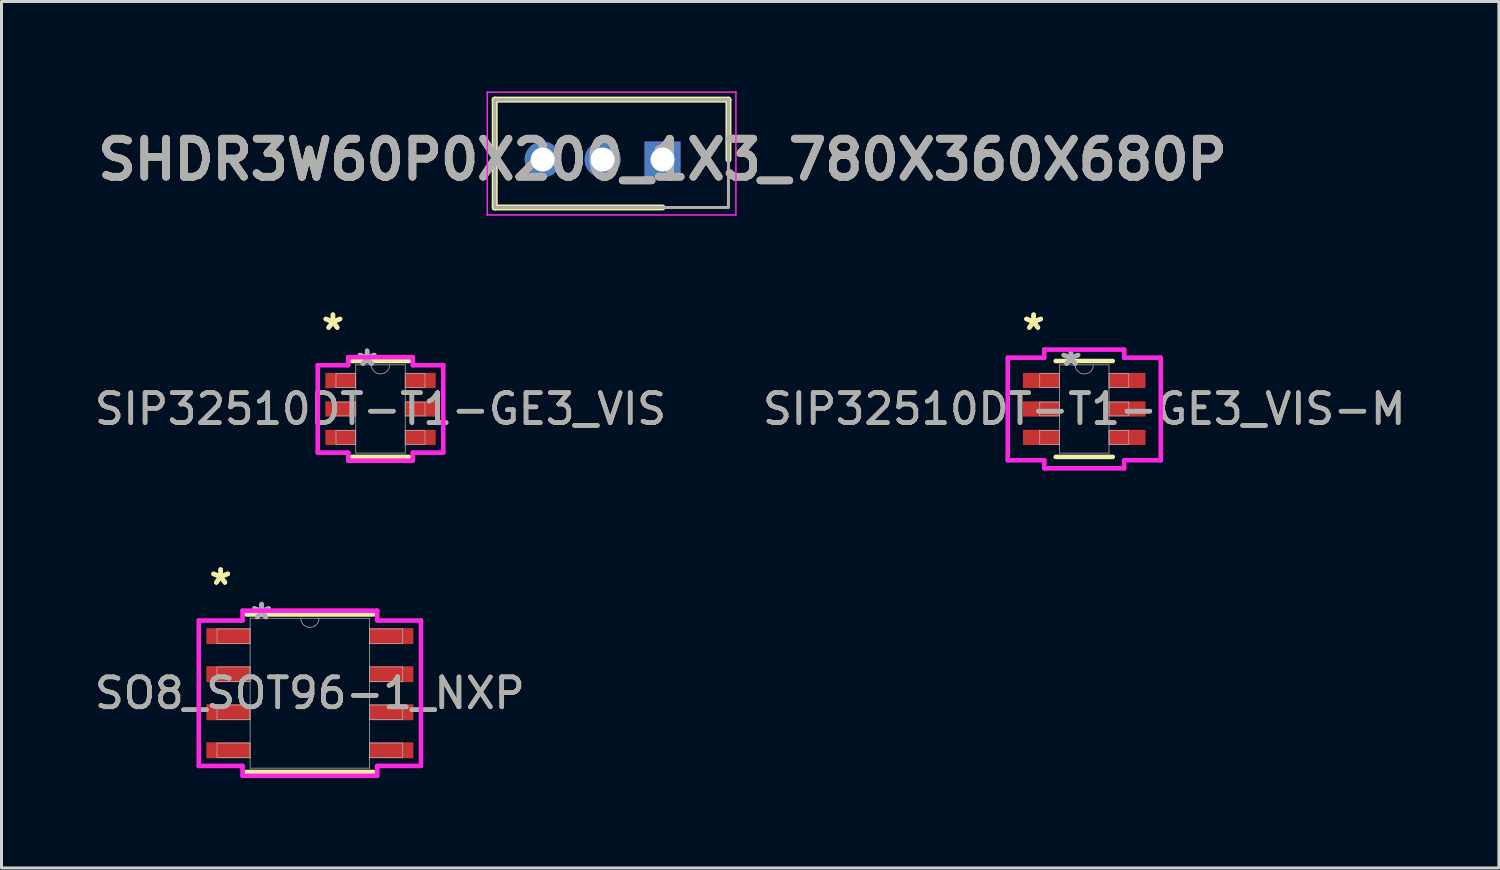
<source format=kicad_pcb>
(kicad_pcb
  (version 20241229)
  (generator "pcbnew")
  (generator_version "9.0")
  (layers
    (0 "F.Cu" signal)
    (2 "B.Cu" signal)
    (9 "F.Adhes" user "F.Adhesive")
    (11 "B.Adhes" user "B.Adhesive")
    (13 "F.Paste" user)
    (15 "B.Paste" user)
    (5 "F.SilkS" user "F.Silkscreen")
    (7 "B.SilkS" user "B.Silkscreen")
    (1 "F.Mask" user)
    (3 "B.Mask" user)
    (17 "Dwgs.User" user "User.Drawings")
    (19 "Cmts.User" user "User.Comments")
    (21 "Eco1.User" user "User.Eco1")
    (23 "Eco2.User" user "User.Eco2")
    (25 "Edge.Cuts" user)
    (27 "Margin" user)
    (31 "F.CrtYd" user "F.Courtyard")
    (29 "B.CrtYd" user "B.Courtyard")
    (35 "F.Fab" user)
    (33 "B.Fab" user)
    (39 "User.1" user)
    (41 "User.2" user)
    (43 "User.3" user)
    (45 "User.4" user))
  (footprint "SHDR3W60P0X200_1X3_780X360X680P"
    (layer "F.Cu")
    (at 19.062 2.275)
    (property "Reference" "SHDR3W60P0X200_1X3_780X360X680P" (at 0 0 0) (layer "F.SilkS") (effects (font (size 1.27 1.27) (thickness 0.254))))
    (attr through_hole)
    (fp_line (start -5.6 -2) (end 2.2 -2) (stroke (width 0.2) (type solid)) (layer "F.SilkS"))
    (fp_line (start -5.6 1.6) (end -5.6 -2) (stroke (width 0.2) (type solid)) (layer "F.SilkS"))
    (fp_line (start 0 1.6) (end -5.6 1.6) (stroke (width 0.2) (type solid)) (layer "F.SilkS"))
    (fp_line (start 2.2 -2) (end 2.2 0) (stroke (width 0.2) (type solid)) (layer "F.SilkS"))
    (fp_line (start -5.85 -2.25) (end 2.45 -2.25) (stroke (width 0.05) (type solid)) (layer "F.CrtYd"))
    (fp_line (start -5.85 1.85) (end -5.85 -2.25) (stroke (width 0.05) (type solid)) (layer "F.CrtYd"))
    (fp_line (start 2.45 -2.25) (end 2.45 1.85) (stroke (width 0.05) (type solid)) (layer "F.CrtYd"))
    (fp_line (start 2.45 1.85) (end -5.85 1.85) (stroke (width 0.05) (type solid)) (layer "F.CrtYd"))
    (fp_line (start -5.6 -2) (end 2.2 -2) (stroke (width 0.1) (type solid)) (layer "F.Fab"))
    (fp_line (start -5.6 1.6) (end -5.6 -2) (stroke (width 0.1) (type solid)) (layer "F.Fab"))
    (fp_line (start 2.2 -2) (end 2.2 1.6) (stroke (width 0.1) (type solid)) (layer "F.Fab"))
    (fp_line (start 2.2 1.6) (end -5.6 1.6) (stroke (width 0.1) (type solid)) (layer "F.Fab"))
    (fp_text user "${REFERENCE}" (at 0 0 0) (layer "F.Fab") (effects (font (size 1.27 1.27) (thickness 0.254))))
    (pad "1" thru_hole rect (at 0 0) (size 1.2 1.2) (drill 0.8) (layers "*.Cu" "*.Mask"))
    (pad "2" thru_hole circle (at -2 0) (size 1.2 1.2) (drill 0.8) (layers "*.Cu" "*.Mask"))
    (pad "3" thru_hole circle (at -4 0) (size 1.2 1.2) (drill 0.8) (layers "*.Cu" "*.Mask")))
  (footprint "SIP32510DT-T1-GE3_VIS"
    (layer "F.Cu")
    (at 9.649 10.599)
    (property "Reference" "SIP32510DT-T1-GE3_VIS" (at 0 0 0) (unlocked yes) (layer "F.SilkS") (effects (font (size 1 1) (thickness 0.15))))
    (attr smd)
    (fp_line (start -0.953 1.6) (end 0.953 1.6) (stroke (width 0.152) (type solid)) (layer "F.SilkS"))
    (fp_line (start 0.953 -1.6) (end -0.953 -1.6) (stroke (width 0.152) (type solid)) (layer "F.SilkS"))
    (fp_line (start -2.095 -1.458) (end -1.079 -1.458) (stroke (width 0.152) (type solid)) (layer "F.CrtYd"))
    (fp_line (start -2.095 1.458) (end -2.095 -1.458) (stroke (width 0.152) (type solid)) (layer "F.CrtYd"))
    (fp_line (start -2.095 1.458) (end -1.079 1.458) (stroke (width 0.152) (type solid)) (layer "F.CrtYd"))
    (fp_line (start -1.079 -1.727) (end 1.079 -1.727) (stroke (width 0.152) (type solid)) (layer "F.CrtYd"))
    (fp_line (start -1.079 -1.458) (end -1.079 -1.727) (stroke (width 0.152) (type solid)) (layer "F.CrtYd"))
    (fp_line (start -1.079 1.727) (end -1.079 1.458) (stroke (width 0.152) (type solid)) (layer "F.CrtYd"))
    (fp_line (start 1.079 -1.727) (end 1.079 -1.458) (stroke (width 0.152) (type solid)) (layer "F.CrtYd"))
    (fp_line (start 1.079 1.458) (end 1.079 1.727) (stroke (width 0.152) (type solid)) (layer "F.CrtYd"))
    (fp_line (start 1.079 1.727) (end -1.079 1.727) (stroke (width 0.152) (type solid)) (layer "F.CrtYd"))
    (fp_line (start 2.095 -1.458) (end 1.079 -1.458) (stroke (width 0.152) (type solid)) (layer "F.CrtYd"))
    (fp_line (start 2.095 -1.458) (end 2.095 1.458) (stroke (width 0.152) (type solid)) (layer "F.CrtYd"))
    (fp_line (start 2.095 1.458) (end 1.079 1.458) (stroke (width 0.152) (type solid)) (layer "F.CrtYd"))
    (fp_line (start -1.486 -1.179) (end -1.486 -0.721) (stroke (width 0.025) (type solid)) (layer "F.Fab"))
    (fp_line (start -1.486 -0.721) (end -0.826 -0.721) (stroke (width 0.025) (type solid)) (layer "F.Fab"))
    (fp_line (start -1.486 -0.229) (end -1.486 0.229) (stroke (width 0.025) (type solid)) (layer "F.Fab"))
    (fp_line (start -1.486 0.229) (end -0.826 0.229) (stroke (width 0.025) (type solid)) (layer "F.Fab"))
    (fp_line (start -1.486 0.721) (end -1.486 1.179) (stroke (width 0.025) (type solid)) (layer "F.Fab"))
    (fp_line (start -1.486 1.179) (end -0.826 1.179) (stroke (width 0.025) (type solid)) (layer "F.Fab"))
    (fp_line (start -0.826 -1.473) (end -0.826 1.473) (stroke (width 0.025) (type solid)) (layer "F.Fab"))
    (fp_line (start -0.826 -1.179) (end -1.486 -1.179) (stroke (width 0.025) (type solid)) (layer "F.Fab"))
    (fp_line (start -0.826 -0.721) (end -0.826 -1.179) (stroke (width 0.025) (type solid)) (layer "F.Fab"))
    (fp_line (start -0.826 -0.229) (end -1.486 -0.229) (stroke (width 0.025) (type solid)) (layer "F.Fab"))
    (fp_line (start -0.826 0.229) (end -0.826 -0.229) (stroke (width 0.025) (type solid)) (layer "F.Fab"))
    (fp_line (start -0.826 0.721) (end -1.486 0.721) (stroke (width 0.025) (type solid)) (layer "F.Fab"))
    (fp_line (start -0.826 1.179) (end -0.826 0.721) (stroke (width 0.025) (type solid)) (layer "F.Fab"))
    (fp_line (start -0.826 1.473) (end 0.826 1.473) (stroke (width 0.025) (type solid)) (layer "F.Fab"))
    (fp_line (start 0.826 -1.473) (end -0.826 -1.473) (stroke (width 0.025) (type solid)) (layer "F.Fab"))
    (fp_line (start 0.826 -1.179) (end 0.826 -0.721) (stroke (width 0.025) (type solid)) (layer "F.Fab"))
    (fp_line (start 0.826 -0.721) (end 1.486 -0.721) (stroke (width 0.025) (type solid)) (layer "F.Fab"))
    (fp_line (start 0.826 -0.229) (end 0.826 0.229) (stroke (width 0.025) (type solid)) (layer "F.Fab"))
    (fp_line (start 0.826 0.229) (end 1.486 0.229) (stroke (width 0.025) (type solid)) (layer "F.Fab"))
    (fp_line (start 0.826 0.721) (end 0.826 1.179) (stroke (width 0.025) (type solid)) (layer "F.Fab"))
    (fp_line (start 0.826 1.179) (end 1.486 1.179) (stroke (width 0.025) (type solid)) (layer "F.Fab"))
    (fp_line (start 0.826 1.473) (end 0.826 -1.473) (stroke (width 0.025) (type solid)) (layer "F.Fab"))
    (fp_line (start 1.486 -1.179) (end 0.826 -1.179) (stroke (width 0.025) (type solid)) (layer "F.Fab"))
    (fp_line (start 1.486 -0.721) (end 1.486 -1.179) (stroke (width 0.025) (type solid)) (layer "F.Fab"))
    (fp_line (start 1.486 -0.229) (end 0.826 -0.229) (stroke (width 0.025) (type solid)) (layer "F.Fab"))
    (fp_line (start 1.486 0.229) (end 1.486 -0.229) (stroke (width 0.025) (type solid)) (layer "F.Fab"))
    (fp_line (start 1.486 0.721) (end 0.826 0.721) (stroke (width 0.025) (type solid)) (layer "F.Fab"))
    (fp_line (start 1.486 1.179) (end 1.486 0.721) (stroke (width 0.025) (type solid)) (layer "F.Fab"))
    (fp_arc (start 0.3048 -1.4732) (mid 0 -1.1684) (end -0.3048 -1.4732) (stroke (width 0.0254) (type solid)) (layer "F.Fab"))
    (fp_text user "*" (at -1.587 -2.601 0) (layer "F.SilkS") (effects (font (size 1 1) (thickness 0.15))))
    (fp_text user "*" (at -1.587 -2.601 0) (unlocked yes) (layer "F.SilkS") (effects (font (size 1 1) (thickness 0.15))))
    (fp_text user "${REFERENCE}" (at 0 0 0) (unlocked yes) (layer "F.Fab") (effects (font (size 1 1) (thickness 0.15))))
    (fp_text user "*" (at -0.445 -1.397 0) (unlocked yes) (layer "F.Fab") (effects (font (size 1 1) (thickness 0.15))))
    (fp_text user "*" (at -0.445 -1.397 0) (layer "F.Fab") (effects (font (size 1 1) (thickness 0.15))))
    (pad "1" smd rect (at -1.333 -0.95) (size 1.016 0.508) (layers "F.Cu" "F.Mask" "F.Paste"))
    (pad "2" smd rect (at -1.333 0) (size 1.016 0.508) (layers "F.Cu" "F.Mask" "F.Paste"))
    (pad "3" smd rect (at -1.333 0.95) (size 1.016 0.508) (layers "F.Cu" "F.Mask" "F.Paste"))
    (pad "4" smd rect (at 1.333 0.95) (size 1.016 0.508) (layers "F.Cu" "F.Mask" "F.Paste"))
    (pad "5" smd rect (at 1.333 0) (size 1.016 0.508) (layers "F.Cu" "F.Mask" "F.Paste"))
    (pad "6" smd rect (at 1.333 -0.95) (size 1.016 0.508) (layers "F.Cu" "F.Mask" "F.Paste")))
  (footprint "SIP32510DT-T1-GE3_VIS-M"
    (layer "F.Cu")
    (at 33.137 10.599)
    (property "Reference" "SIP32510DT-T1-GE3_VIS-M" (at 0 0 0) (unlocked yes) (layer "F.SilkS") (effects (font (size 1 1) (thickness 0.15))))
    (attr smd)
    (fp_line (start -0.953 1.6) (end 0.953 1.6) (stroke (width 0.152) (type solid)) (layer "F.SilkS"))
    (fp_line (start 0.953 -1.6) (end -0.953 -1.6) (stroke (width 0.152) (type solid)) (layer "F.SilkS"))
    (fp_line (start -2.553 -1.712) (end -1.333 -1.712) (stroke (width 0.152) (type solid)) (layer "F.CrtYd"))
    (fp_line (start -2.553 1.712) (end -2.553 -1.712) (stroke (width 0.152) (type solid)) (layer "F.CrtYd"))
    (fp_line (start -2.553 1.712) (end -1.333 1.712) (stroke (width 0.152) (type solid)) (layer "F.CrtYd"))
    (fp_line (start -1.333 -1.981) (end 1.333 -1.981) (stroke (width 0.152) (type solid)) (layer "F.CrtYd"))
    (fp_line (start -1.333 -1.712) (end -1.333 -1.981) (stroke (width 0.152) (type solid)) (layer "F.CrtYd"))
    (fp_line (start -1.333 1.981) (end -1.333 1.712) (stroke (width 0.152) (type solid)) (layer "F.CrtYd"))
    (fp_line (start 1.333 -1.981) (end 1.333 -1.712) (stroke (width 0.152) (type solid)) (layer "F.CrtYd"))
    (fp_line (start 1.333 1.712) (end 1.333 1.981) (stroke (width 0.152) (type solid)) (layer "F.CrtYd"))
    (fp_line (start 1.333 1.981) (end -1.333 1.981) (stroke (width 0.152) (type solid)) (layer "F.CrtYd"))
    (fp_line (start 2.553 -1.712) (end 1.333 -1.712) (stroke (width 0.152) (type solid)) (layer "F.CrtYd"))
    (fp_line (start 2.553 -1.712) (end 2.553 1.712) (stroke (width 0.152) (type solid)) (layer "F.CrtYd"))
    (fp_line (start 2.553 1.712) (end 1.333 1.712) (stroke (width 0.152) (type solid)) (layer "F.CrtYd"))
    (fp_line (start -1.486 -1.179) (end -1.486 -0.721) (stroke (width 0.025) (type solid)) (layer "F.Fab"))
    (fp_line (start -1.486 -0.721) (end -0.826 -0.721) (stroke (width 0.025) (type solid)) (layer "F.Fab"))
    (fp_line (start -1.486 -0.229) (end -1.486 0.229) (stroke (width 0.025) (type solid)) (layer "F.Fab"))
    (fp_line (start -1.486 0.229) (end -0.826 0.229) (stroke (width 0.025) (type solid)) (layer "F.Fab"))
    (fp_line (start -1.486 0.721) (end -1.486 1.179) (stroke (width 0.025) (type solid)) (layer "F.Fab"))
    (fp_line (start -1.486 1.179) (end -0.826 1.179) (stroke (width 0.025) (type solid)) (layer "F.Fab"))
    (fp_line (start -0.826 -1.473) (end -0.826 1.473) (stroke (width 0.025) (type solid)) (layer "F.Fab"))
    (fp_line (start -0.826 -1.179) (end -1.486 -1.179) (stroke (width 0.025) (type solid)) (layer "F.Fab"))
    (fp_line (start -0.826 -0.721) (end -0.826 -1.179) (stroke (width 0.025) (type solid)) (layer "F.Fab"))
    (fp_line (start -0.826 -0.229) (end -1.486 -0.229) (stroke (width 0.025) (type solid)) (layer "F.Fab"))
    (fp_line (start -0.826 0.229) (end -0.826 -0.229) (stroke (width 0.025) (type solid)) (layer "F.Fab"))
    (fp_line (start -0.826 0.721) (end -1.486 0.721) (stroke (width 0.025) (type solid)) (layer "F.Fab"))
    (fp_line (start -0.826 1.179) (end -0.826 0.721) (stroke (width 0.025) (type solid)) (layer "F.Fab"))
    (fp_line (start -0.826 1.473) (end 0.826 1.473) (stroke (width 0.025) (type solid)) (layer "F.Fab"))
    (fp_line (start 0.826 -1.473) (end -0.826 -1.473) (stroke (width 0.025) (type solid)) (layer "F.Fab"))
    (fp_line (start 0.826 -1.179) (end 0.826 -0.721) (stroke (width 0.025) (type solid)) (layer "F.Fab"))
    (fp_line (start 0.826 -0.721) (end 1.486 -0.721) (stroke (width 0.025) (type solid)) (layer "F.Fab"))
    (fp_line (start 0.826 -0.229) (end 0.826 0.229) (stroke (width 0.025) (type solid)) (layer "F.Fab"))
    (fp_line (start 0.826 0.229) (end 1.486 0.229) (stroke (width 0.025) (type solid)) (layer "F.Fab"))
    (fp_line (start 0.826 0.721) (end 0.826 1.179) (stroke (width 0.025) (type solid)) (layer "F.Fab"))
    (fp_line (start 0.826 1.179) (end 1.486 1.179) (stroke (width 0.025) (type solid)) (layer "F.Fab"))
    (fp_line (start 0.826 1.473) (end 0.826 -1.473) (stroke (width 0.025) (type solid)) (layer "F.Fab"))
    (fp_line (start 1.486 -1.179) (end 0.826 -1.179) (stroke (width 0.025) (type solid)) (layer "F.Fab"))
    (fp_line (start 1.486 -0.721) (end 1.486 -1.179) (stroke (width 0.025) (type solid)) (layer "F.Fab"))
    (fp_line (start 1.486 -0.229) (end 0.826 -0.229) (stroke (width 0.025) (type solid)) (layer "F.Fab"))
    (fp_line (start 1.486 0.229) (end 1.486 -0.229) (stroke (width 0.025) (type solid)) (layer "F.Fab"))
    (fp_line (start 1.486 0.721) (end 0.826 0.721) (stroke (width 0.025) (type solid)) (layer "F.Fab"))
    (fp_line (start 1.486 1.179) (end 1.486 0.721) (stroke (width 0.025) (type solid)) (layer "F.Fab"))
    (fp_arc (start 0.3048 -1.4732) (mid 0 -1.1684) (end -0.3048 -1.4732) (stroke (width 0.0254) (type solid)) (layer "F.Fab"))
    (fp_text user "*" (at -1.689 -2.601 0) (layer "F.SilkS") (effects (font (size 1 1) (thickness 0.15))))
    (fp_text user "*" (at -1.689 -2.601 0) (unlocked yes) (layer "F.SilkS") (effects (font (size 1 1) (thickness 0.15))))
    (fp_text user "${REFERENCE}" (at 0 0 0) (unlocked yes) (layer "F.Fab") (effects (font (size 1 1) (thickness 0.15))))
    (fp_text user "*" (at -0.445 -1.397 0) (unlocked yes) (layer "F.Fab") (effects (font (size 1 1) (thickness 0.15))))
    (fp_text user "*" (at -0.445 -1.397 0) (layer "F.Fab") (effects (font (size 1 1) (thickness 0.15))))
    (pad "1" smd rect (at -1.435 -0.95) (size 1.219 0.508) (layers "F.Cu" "F.Mask" "F.Paste"))
    (pad "2" smd rect (at -1.435 0) (size 1.219 0.508) (layers "F.Cu" "F.Mask" "F.Paste"))
    (pad "3" smd rect (at -1.435 0.95) (size 1.219 0.508) (layers "F.Cu" "F.Mask" "F.Paste"))
    (pad "4" smd rect (at 1.435 0.95) (size 1.219 0.508) (layers "F.Cu" "F.Mask" "F.Paste"))
    (pad "5" smd rect (at 1.435 0) (size 1.219 0.508) (layers "F.Cu" "F.Mask" "F.Paste"))
    (pad "6" smd rect (at 1.435 -0.95) (size 1.219 0.508) (layers "F.Cu" "F.Mask" "F.Paste")))
  (footprint "SO8_SOT96-1_NXP"
    (layer "F.Cu")
    (at 7.292 20.086)
    (property "Reference" "SO8_SOT96-1_NXP" (at 0 0 0) (unlocked yes) (layer "F.SilkS") (effects (font (size 1 1) (thickness 0.15))))
    (attr smd)
    (fp_line (start -2.121 2.629) (end 2.121 2.629) (stroke (width 0.152) (type solid)) (layer "F.SilkS"))
    (fp_line (start 2.121 -2.629) (end -2.121 -2.629) (stroke (width 0.152) (type solid)) (layer "F.SilkS"))
    (fp_line (start -3.708 -2.426) (end -2.248 -2.426) (stroke (width 0.152) (type solid)) (layer "F.CrtYd"))
    (fp_line (start -3.708 2.426) (end -3.708 -2.426) (stroke (width 0.152) (type solid)) (layer "F.CrtYd"))
    (fp_line (start -3.708 2.426) (end -2.248 2.426) (stroke (width 0.152) (type solid)) (layer "F.CrtYd"))
    (fp_line (start -2.248 -2.756) (end 2.248 -2.756) (stroke (width 0.152) (type solid)) (layer "F.CrtYd"))
    (fp_line (start -2.248 -2.426) (end -2.248 -2.756) (stroke (width 0.152) (type solid)) (layer "F.CrtYd"))
    (fp_line (start -2.248 2.756) (end -2.248 2.426) (stroke (width 0.152) (type solid)) (layer "F.CrtYd"))
    (fp_line (start 2.248 -2.756) (end 2.248 -2.426) (stroke (width 0.152) (type solid)) (layer "F.CrtYd"))
    (fp_line (start 2.248 2.426) (end 2.248 2.756) (stroke (width 0.152) (type solid)) (layer "F.CrtYd"))
    (fp_line (start 2.248 2.756) (end -2.248 2.756) (stroke (width 0.152) (type solid)) (layer "F.CrtYd"))
    (fp_line (start 3.708 -2.426) (end 2.248 -2.426) (stroke (width 0.152) (type solid)) (layer "F.CrtYd"))
    (fp_line (start 3.708 -2.426) (end 3.708 2.426) (stroke (width 0.152) (type solid)) (layer "F.CrtYd"))
    (fp_line (start 3.708 2.426) (end 2.248 2.426) (stroke (width 0.152) (type solid)) (layer "F.CrtYd"))
    (fp_line (start -3.099 -2.146) (end -3.099 -1.664) (stroke (width 0.025) (type solid)) (layer "F.Fab"))
    (fp_line (start -3.099 -1.664) (end -1.994 -1.664) (stroke (width 0.025) (type solid)) (layer "F.Fab"))
    (fp_line (start -3.099 -0.876) (end -3.099 -0.394) (stroke (width 0.025) (type solid)) (layer "F.Fab"))
    (fp_line (start -3.099 -0.394) (end -1.994 -0.394) (stroke (width 0.025) (type solid)) (layer "F.Fab"))
    (fp_line (start -3.099 0.394) (end -3.099 0.876) (stroke (width 0.025) (type solid)) (layer "F.Fab"))
    (fp_line (start -3.099 0.876) (end -1.994 0.876) (stroke (width 0.025) (type solid)) (layer "F.Fab"))
    (fp_line (start -3.099 1.664) (end -3.099 2.146) (stroke (width 0.025) (type solid)) (layer "F.Fab"))
    (fp_line (start -3.099 2.146) (end -1.994 2.146) (stroke (width 0.025) (type solid)) (layer "F.Fab"))
    (fp_line (start -1.994 -2.502) (end -1.994 2.502) (stroke (width 0.025) (type solid)) (layer "F.Fab"))
    (fp_line (start -1.994 -2.146) (end -3.099 -2.146) (stroke (width 0.025) (type solid)) (layer "F.Fab"))
    (fp_line (start -1.994 -1.664) (end -1.994 -2.146) (stroke (width 0.025) (type solid)) (layer "F.Fab"))
    (fp_line (start -1.994 -0.876) (end -3.099 -0.876) (stroke (width 0.025) (type solid)) (layer "F.Fab"))
    (fp_line (start -1.994 -0.394) (end -1.994 -0.876) (stroke (width 0.025) (type solid)) (layer "F.Fab"))
    (fp_line (start -1.994 0.394) (end -3.099 0.394) (stroke (width 0.025) (type solid)) (layer "F.Fab"))
    (fp_line (start -1.994 0.876) (end -1.994 0.394) (stroke (width 0.025) (type solid)) (layer "F.Fab"))
    (fp_line (start -1.994 1.664) (end -3.099 1.664) (stroke (width 0.025) (type solid)) (layer "F.Fab"))
    (fp_line (start -1.994 2.146) (end -1.994 1.664) (stroke (width 0.025) (type solid)) (layer "F.Fab"))
    (fp_line (start -1.994 2.502) (end 1.994 2.502) (stroke (width 0.025) (type solid)) (layer "F.Fab"))
    (fp_line (start 1.994 -2.502) (end -1.994 -2.502) (stroke (width 0.025) (type solid)) (layer "F.Fab"))
    (fp_line (start 1.994 -2.146) (end 1.994 -1.664) (stroke (width 0.025) (type solid)) (layer "F.Fab"))
    (fp_line (start 1.994 -1.664) (end 3.099 -1.664) (stroke (width 0.025) (type solid)) (layer "F.Fab"))
    (fp_line (start 1.994 -0.876) (end 1.994 -0.394) (stroke (width 0.025) (type solid)) (layer "F.Fab"))
    (fp_line (start 1.994 -0.394) (end 3.099 -0.394) (stroke (width 0.025) (type solid)) (layer "F.Fab"))
    (fp_line (start 1.994 0.394) (end 1.994 0.876) (stroke (width 0.025) (type solid)) (layer "F.Fab"))
    (fp_line (start 1.994 0.876) (end 3.099 0.876) (stroke (width 0.025) (type solid)) (layer "F.Fab"))
    (fp_line (start 1.994 1.664) (end 1.994 2.146) (stroke (width 0.025) (type solid)) (layer "F.Fab"))
    (fp_line (start 1.994 2.146) (end 3.099 2.146) (stroke (width 0.025) (type solid)) (layer "F.Fab"))
    (fp_line (start 1.994 2.502) (end 1.994 -2.502) (stroke (width 0.025) (type solid)) (layer "F.Fab"))
    (fp_line (start 3.099 -2.146) (end 1.994 -2.146) (stroke (width 0.025) (type solid)) (layer "F.Fab"))
    (fp_line (start 3.099 -1.664) (end 3.099 -2.146) (stroke (width 0.025) (type solid)) (layer "F.Fab"))
    (fp_line (start 3.099 -0.876) (end 1.994 -0.876) (stroke (width 0.025) (type solid)) (layer "F.Fab"))
    (fp_line (start 3.099 -0.394) (end 3.099 -0.876) (stroke (width 0.025) (type solid)) (layer "F.Fab"))
    (fp_line (start 3.099 0.394) (end 1.994 0.394) (stroke (width 0.025) (type solid)) (layer "F.Fab"))
    (fp_line (start 3.099 0.876) (end 3.099 0.394) (stroke (width 0.025) (type solid)) (layer "F.Fab"))
    (fp_line (start 3.099 1.664) (end 1.994 1.664) (stroke (width 0.025) (type solid)) (layer "F.Fab"))
    (fp_line (start 3.099 2.146) (end 3.099 1.664) (stroke (width 0.025) (type solid)) (layer "F.Fab"))
    (fp_arc (start 0.3048 -2.5019) (mid 0 -2.1971) (end -0.3048 -2.5019) (stroke (width 0.0254) (type solid)) (layer "F.Fab"))
    (fp_text user "*" (at -2.978 -3.581 0) (unlocked yes) (layer "F.SilkS") (effects (font (size 1 1) (thickness 0.15))))
    (fp_text user "*" (at -2.978 -3.581 0) (layer "F.SilkS") (effects (font (size 1 1) (thickness 0.15))))
    (fp_text user "*" (at -1.613 -2.426 0) (layer "F.Fab") (effects (font (size 1 1) (thickness 0.15))))
    (fp_text user "*" (at -1.613 -2.426 0) (unlocked yes) (layer "F.Fab") (effects (font (size 1 1) (thickness 0.15))))
    (fp_text user "${REFERENCE}" (at 0 0 0) (unlocked yes) (layer "F.Fab") (effects (font (size 1 1) (thickness 0.15))))
    (pad "1" smd rect (at -2.724 -1.905) (size 1.46 0.533) (layers "F.Cu" "F.Mask" "F.Paste"))
    (pad "2" smd rect (at -2.724 -0.635) (size 1.46 0.533) (layers "F.Cu" "F.Mask" "F.Paste"))
    (pad "3" smd rect (at -2.724 0.635) (size 1.46 0.533) (layers "F.Cu" "F.Mask" "F.Paste"))
    (pad "4" smd rect (at -2.724 1.905) (size 1.46 0.533) (layers "F.Cu" "F.Mask" "F.Paste"))
    (pad "5" smd rect (at 2.724 1.905) (size 1.46 0.533) (layers "F.Cu" "F.Mask" "F.Paste"))
    (pad "6" smd rect (at 2.724 0.635) (size 1.46 0.533) (layers "F.Cu" "F.Mask" "F.Paste"))
    (pad "7" smd rect (at 2.724 -0.635) (size 1.46 0.533) (layers "F.Cu" "F.Mask" "F.Paste"))
    (pad "8" smd rect (at 2.724 -1.905) (size 1.46 0.533) (layers "F.Cu" "F.Mask" "F.Paste")))
  (gr_rect
    (start -3 -3)
    (end 46.976 25.918)
    (stroke (width 0.1) (type default))
    (fill no)
    (layer "Edge.Cuts")))
</source>
